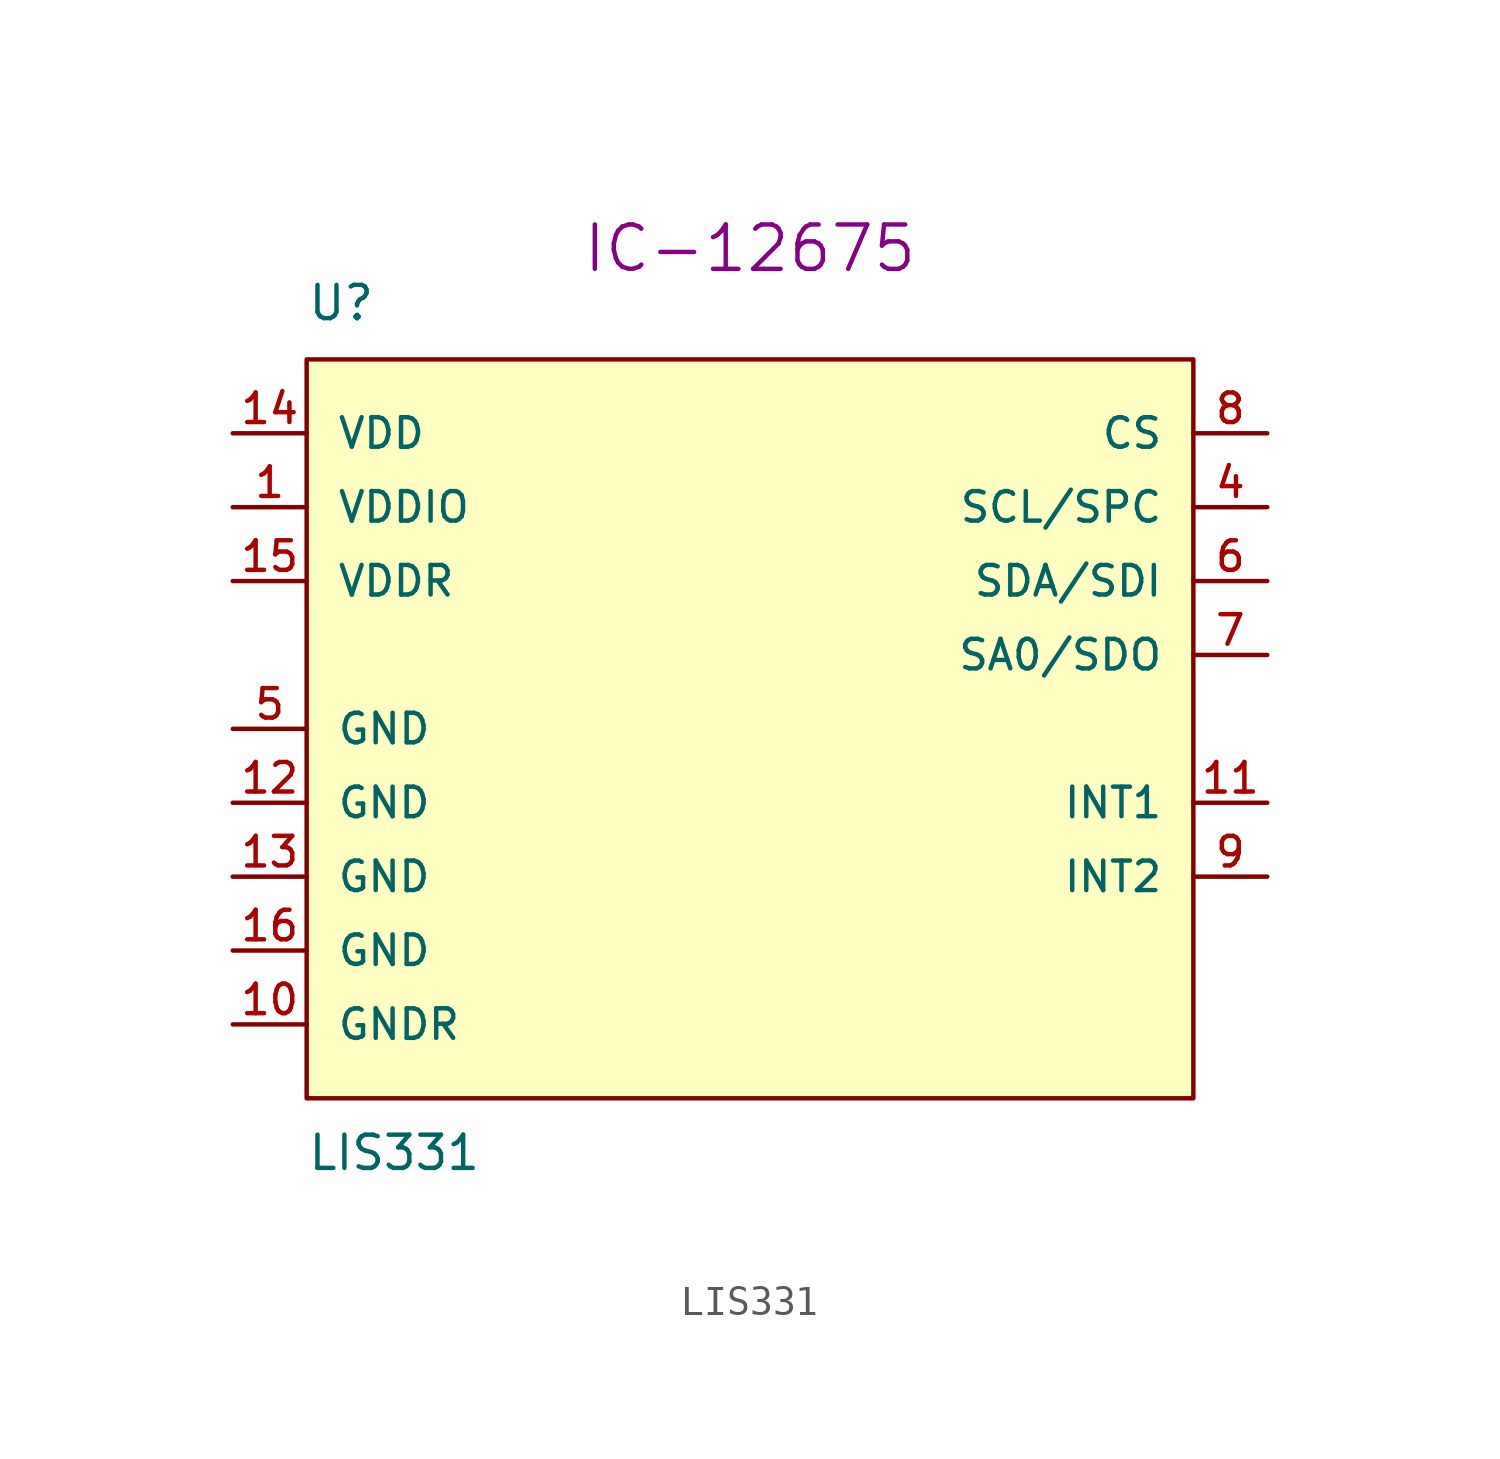
<source format=kicad_sym>
(kicad_symbol_lib
  (version 20211014)
  (generator kicad_symbol_editor)
  (symbol "LIS331"
    (pin_names
      (offset 1.016))
    (property "Reference" "U"
      (at -15.24 13.97 0)
      (effects (font (size 1.143 1.143)) (justify left bottom)))
    (property "Value" "LIS331"
      (at -15.24 -15.24 0)
      (effects (font (size 1.143 1.143)) (justify left bottom)))
    (property "Field4" "IC-12675"
      (at 0 16.51 0)
      (effects (font (size 1.524 1.524))))
    (property "ki_locked" ""
      (at 0 0 0)
      (effects (font (size 1.27 1.27))))
    (symbol "LIS331_1_1"
      (polyline (pts (xy -15.24 -12.7) (xy -15.24 12.7) (xy 15.24 12.7) (xy 15.24 -12.7) (xy -15.24 -12.7)) (stroke (width 0) (type default) (color 0 0 0 0)) (fill (type background)))
      (pin bidirectional line (at -17.78 7.62 0) (length 2.54) (name "VDDIO" (effects (font (size 1.016 1.016)))) (number "1" (effects (font (size 1.016 1.016)))))
      (pin bidirectional line (at -17.78 -10.16 0) (length 2.54) (name "GNDR" (effects (font (size 1.016 1.016)))) (number "10" (effects (font (size 1.016 1.016)))))
      (pin bidirectional line (at 17.78 -2.54 180) (length 2.54) (name "INT1" (effects (font (size 1.016 1.016)))) (number "11" (effects (font (size 1.016 1.016)))))
      (pin bidirectional line (at -17.78 -2.54 0) (length 2.54) (name "GND" (effects (font (size 1.016 1.016)))) (number "12" (effects (font (size 1.016 1.016)))))
      (pin bidirectional line (at -17.78 -5.08 0) (length 2.54) (name "GND" (effects (font (size 1.016 1.016)))) (number "13" (effects (font (size 1.016 1.016)))))
      (pin bidirectional line (at -17.78 10.16 0) (length 2.54) (name "VDD" (effects (font (size 1.016 1.016)))) (number "14" (effects (font (size 1.016 1.016)))))
      (pin bidirectional line (at -17.78 5.08 0) (length 2.54) (name "VDDR" (effects (font (size 1.016 1.016)))) (number "15" (effects (font (size 1.016 1.016)))))
      (pin bidirectional line (at -17.78 -7.62 0) (length 2.54) (name "GND" (effects (font (size 1.016 1.016)))) (number "16" (effects (font (size 1.016 1.016)))))
      (pin bidirectional line (at 17.78 7.62 180) (length 2.54) (name "SCL/SPC" (effects (font (size 1.016 1.016)))) (number "4" (effects (font (size 1.016 1.016)))))
      (pin bidirectional line (at -17.78 0 0) (length 2.54) (name "GND" (effects (font (size 1.016 1.016)))) (number "5" (effects (font (size 1.016 1.016)))))
      (pin bidirectional line (at 17.78 5.08 180) (length 2.54) (name "SDA/SDI" (effects (font (size 1.016 1.016)))) (number "6" (effects (font (size 1.016 1.016)))))
      (pin bidirectional line (at 17.78 2.54 180) (length 2.54) (name "SA0/SDO" (effects (font (size 1.016 1.016)))) (number "7" (effects (font (size 1.016 1.016)))))
      (pin bidirectional line (at 17.78 10.16 180) (length 2.54) (name "CS" (effects (font (size 1.016 1.016)))) (number "8" (effects (font (size 1.016 1.016)))))
      (pin bidirectional line (at 17.78 -5.08 180) (length 2.54) (name "INT2" (effects (font (size 1.016 1.016)))) (number "9" (effects (font (size 1.016 1.016))))))))
</source>
